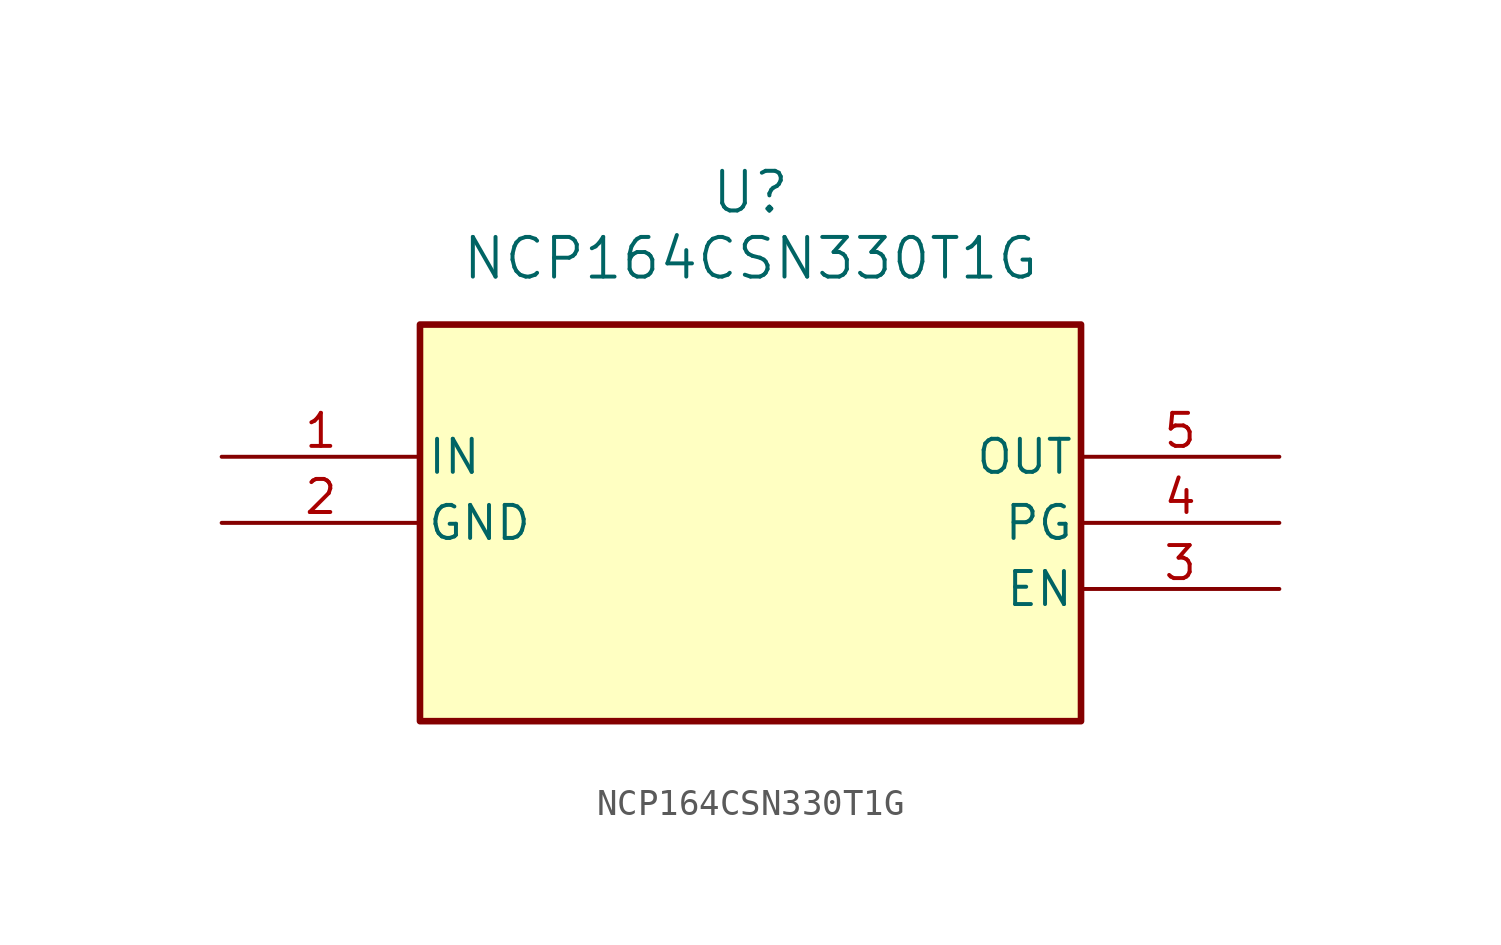
<source format=kicad_sym>
(kicad_symbol_lib
  (version 20231120)
  (generator "kicad_symbol_editor")
  (generator_version "8.0")
  (symbol "NCP164CSN330T1G"
    (pin_names
      (offset 0.254))
    (property "Reference" "U"
      (at 20.32 10.16 0)
      (effects (font (size 1.524 1.524))))
    (property "Value" "NCP164CSN330T1G"
      (at 20.32 7.62 0)
      (effects (font (size 1.524 1.524))))
    (property "ki_locked" ""
      (at 0 0 0)
      (effects (font (size 1.27 1.27))))
    (symbol "NCP164CSN330T1G_0_1"
      (polyline (pts (xy 7.62 -10.16) (xy 33.02 -10.16)) (stroke (width 0.127) (type default)) (fill (type none)))
      (polyline (pts (xy 7.62 5.08) (xy 7.62 -10.16)) (stroke (width 0.127) (type default)) (fill (type none)))
      (polyline (pts (xy 33.02 -10.16) (xy 33.02 5.08)) (stroke (width 0.127) (type default)) (fill (type none)))
      (pin power_in line (at 0 0 0) (length 7.62) (name "IN" (effects (font (size 1.27 1.27)))) (number "1" (effects (font (size 1.27 1.27)))))
      (pin power_out line (at 0 -2.54 0) (length 7.62) (name "GND" (effects (font (size 1.27 1.27)))) (number "2" (effects (font (size 1.27 1.27))))))
    (symbol "NCP164CSN330T1G_1_1"
      (rectangle (start 7.62 5.08) (end 33.02 -10.16) (stroke (width 0.254) (type default)) (fill (type background)))
      (pin input line (at 40.64 -5.08 180) (length 7.62) (name "EN" (effects (font (size 1.27 1.27)))) (number "3" (effects (font (size 1.27 1.27)))))
      (pin input line (at 40.64 -2.54 180) (length 7.62) (name "PG" (effects (font (size 1.27 1.27)))) (number "4" (effects (font (size 1.27 1.27)))))
      (pin power_out line (at 40.64 0 180) (length 7.62) (name "OUT" (effects (font (size 1.27 1.27)))) (number "5" (effects (font (size 1.27 1.27))))))))
</source>
